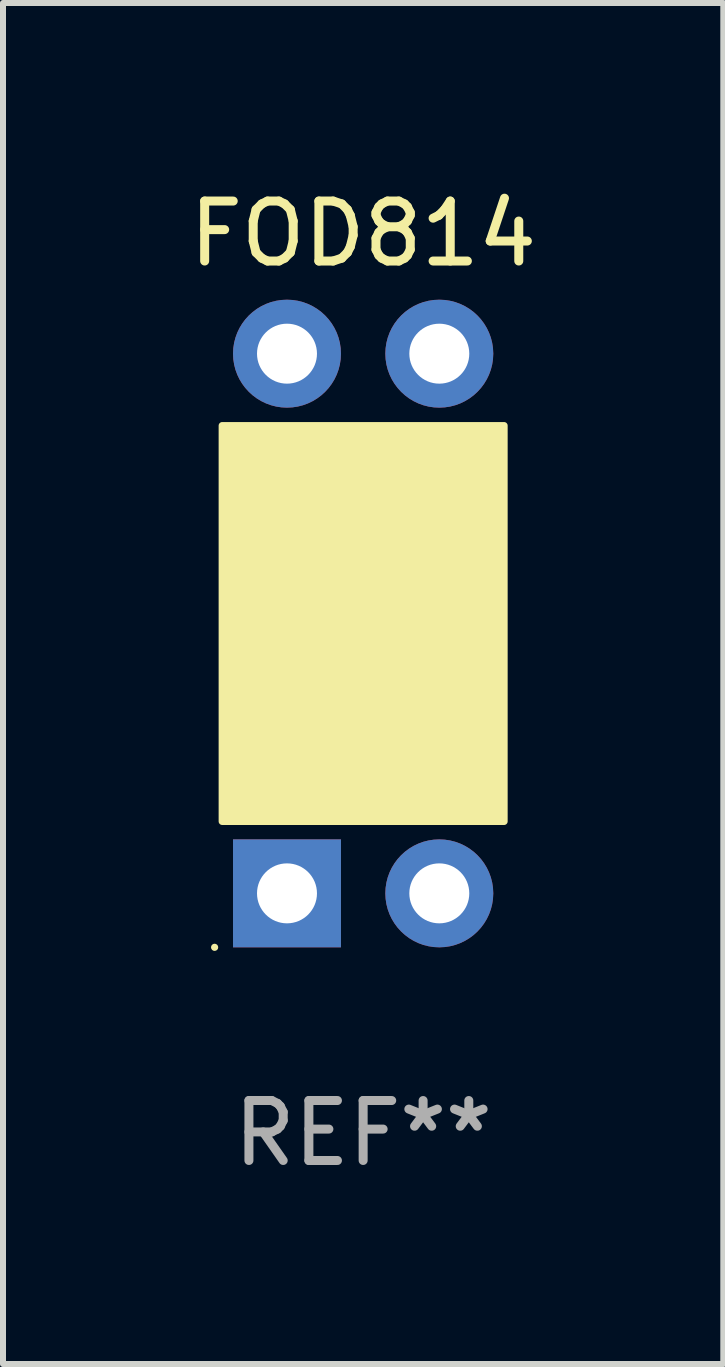
<source format=kicad_pcb>
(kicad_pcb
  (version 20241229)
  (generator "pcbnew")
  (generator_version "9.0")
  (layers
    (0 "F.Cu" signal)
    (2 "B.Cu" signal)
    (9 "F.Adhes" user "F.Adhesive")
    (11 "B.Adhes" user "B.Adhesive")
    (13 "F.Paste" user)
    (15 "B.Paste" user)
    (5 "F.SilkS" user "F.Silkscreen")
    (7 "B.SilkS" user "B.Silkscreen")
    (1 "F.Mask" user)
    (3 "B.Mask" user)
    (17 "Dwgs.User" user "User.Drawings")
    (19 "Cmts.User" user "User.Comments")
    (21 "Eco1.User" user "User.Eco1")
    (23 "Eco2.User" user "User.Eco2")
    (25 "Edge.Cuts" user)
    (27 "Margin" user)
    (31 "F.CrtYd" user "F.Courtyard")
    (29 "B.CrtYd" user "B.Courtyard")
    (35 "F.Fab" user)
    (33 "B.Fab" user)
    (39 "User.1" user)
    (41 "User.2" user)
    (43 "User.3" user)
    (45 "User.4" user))
  (footprint "FOD814"
    (layer "F.Cu")
    (at 3.006 7.348)
    (property "Reference" "FOD814" (at 0 -6.5 0) (layer "F.SilkS") (effects (font (size 1 1) (thickness 0.15))))
    (attr through_hole)
    (fp_circle (center -2.477 5.4) (end -2.447 5.4) (stroke (width 0.06) (type solid)) (fill no) (layer "F.SilkS"))
    (fp_circle (center -1.798 2.727) (end -1.586 2.727) (stroke (width 0.254) (type solid)) (fill no) (layer "F.SilkS"))
    (fp_poly (pts (xy -2.35 -3.3) (xy 2.35 -3.3) (xy 2.35 3.3) (xy -2.35 3.3)) (stroke (width 0.12) (type solid)) (fill yes) (layer "F.SilkS"))
    (fp_text user "REF**" (at 0 8.5 0) (layer "F.Fab") (effects (font (size 1 1) (thickness 0.15))))
    (pad "1" thru_hole rect (at -1.27 4.5 90) (size 1.8 1.8) (drill 1) (layers "*.Cu" "*.Mask"))
    (pad "2" thru_hole circle (at 1.27 4.5) (size 1.8 1.8) (drill 1) (layers "*.Cu" "*.Mask"))
    (pad "3" thru_hole circle (at 1.27 -4.5) (size 1.8 1.8) (drill 1) (layers "*.Cu" "*.Mask"))
    (pad "4" thru_hole circle (at -1.27 -4.5) (size 1.8 1.8) (drill 1) (layers "*.Cu" "*.Mask")))
  (gr_rect
    (start -3 -3)
    (end 9.012 19.697)
    (stroke (width 0.1) (type default))
    (fill no)
    (layer "Edge.Cuts")))
</source>
